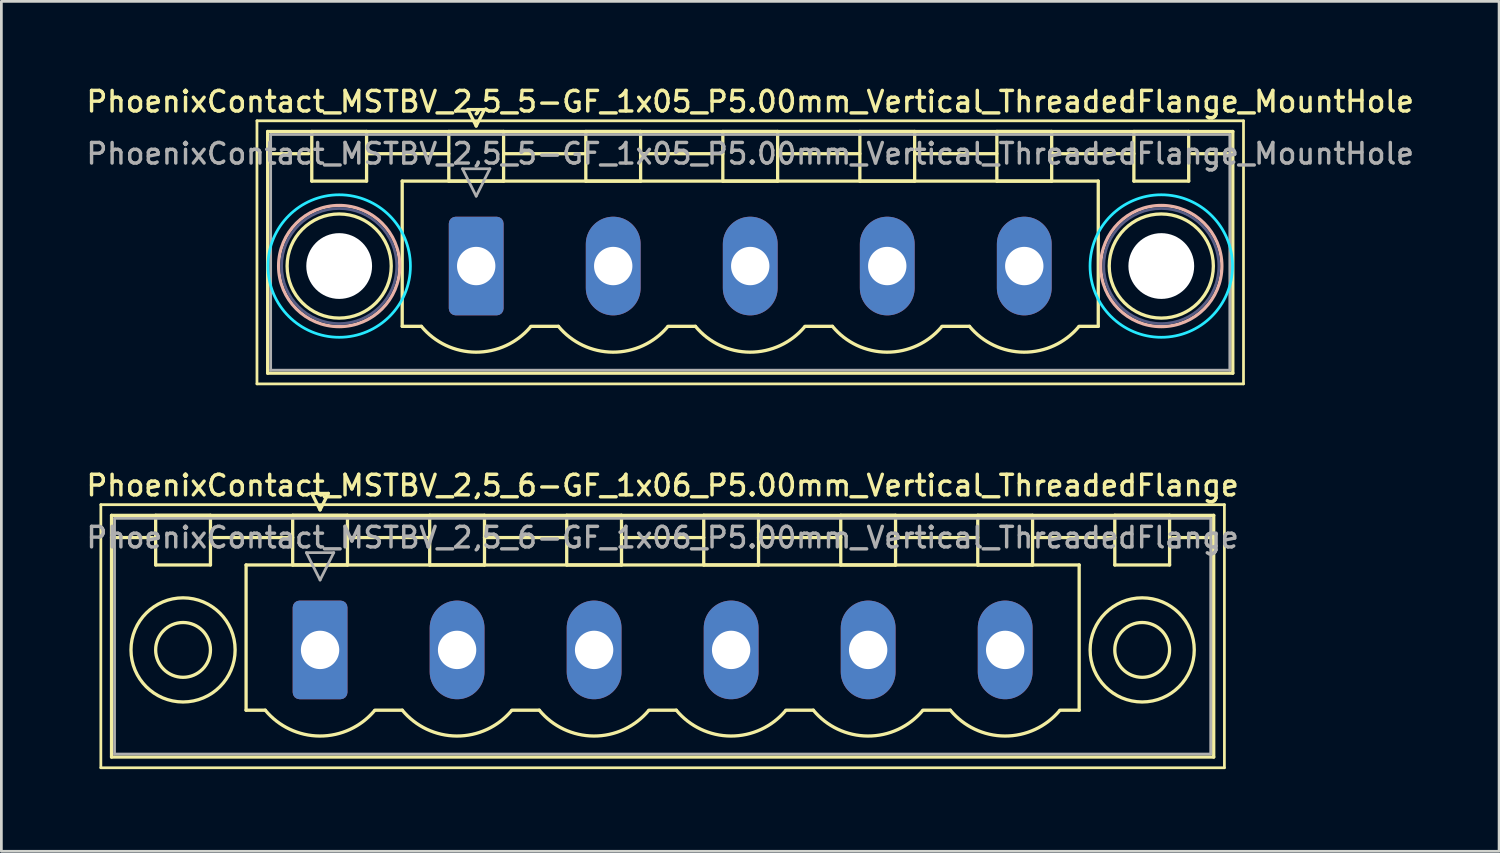
<source format=kicad_pcb>
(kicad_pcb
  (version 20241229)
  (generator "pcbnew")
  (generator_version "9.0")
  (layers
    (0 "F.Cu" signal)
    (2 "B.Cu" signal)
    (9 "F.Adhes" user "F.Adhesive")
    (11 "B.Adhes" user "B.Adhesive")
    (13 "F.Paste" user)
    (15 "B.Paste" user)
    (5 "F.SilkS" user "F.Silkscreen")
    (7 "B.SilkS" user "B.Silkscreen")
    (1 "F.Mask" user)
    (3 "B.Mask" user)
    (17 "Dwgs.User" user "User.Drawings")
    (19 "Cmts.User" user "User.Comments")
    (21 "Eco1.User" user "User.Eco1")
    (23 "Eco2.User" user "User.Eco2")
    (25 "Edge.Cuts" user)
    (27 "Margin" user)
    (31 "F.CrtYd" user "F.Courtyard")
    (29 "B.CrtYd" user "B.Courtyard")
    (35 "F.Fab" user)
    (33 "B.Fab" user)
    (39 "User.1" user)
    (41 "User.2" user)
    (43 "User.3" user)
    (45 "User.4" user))
  (footprint "PhoenixContact_MSTBV_2,5_6-GF_1x06_P5.00mm_Vertical_ThreadedFlange"
    (layer "F.Cu")
    (at 8.63 20.666)
    (property "Reference" "PhoenixContact_MSTBV_2,5_6-GF_1x06_P5.00mm_Vertical_ThreadedFlange" (at 12.5 -6 0) (layer "F.SilkS") (effects (font (size 0.75 0.75) (thickness 0.125))))
    (attr through_hole)
    (fp_line (start -8 -5.3) (end -8 4.3) (stroke (width 0.1) (type solid)) (layer "F.SilkS"))
    (fp_line (start -8 4.3) (end 33 4.3) (stroke (width 0.1) (type solid)) (layer "F.SilkS"))
    (fp_line (start -7.61 -4.91) (end -7.61 3.91) (stroke (width 0.12) (type solid)) (layer "F.SilkS"))
    (fp_line (start -7.61 -4.1) (end -6.11 -4.1) (stroke (width 0.12) (type solid)) (layer "F.SilkS"))
    (fp_line (start -7.61 3.91) (end 32.61 3.91) (stroke (width 0.12) (type solid)) (layer "F.SilkS"))
    (fp_line (start -6 -4.91) (end -4 -4.91) (stroke (width 0.12) (type solid)) (layer "F.SilkS"))
    (fp_line (start -6 -3.1) (end -6 -4.91) (stroke (width 0.12) (type solid)) (layer "F.SilkS"))
    (fp_line (start -4 -4.91) (end -4 -3.1) (stroke (width 0.12) (type solid)) (layer "F.SilkS"))
    (fp_line (start -4 -4.1) (end -1 -4.1) (stroke (width 0.12) (type solid)) (layer "F.SilkS"))
    (fp_line (start -4 -3.1) (end -6 -3.1) (stroke (width 0.12) (type solid)) (layer "F.SilkS"))
    (fp_line (start -2.7 -3.1) (end 27.7 -3.1) (stroke (width 0.12) (type solid)) (layer "F.SilkS"))
    (fp_line (start -2.7 2.2) (end -2.7 -3.1) (stroke (width 0.12) (type solid)) (layer "F.SilkS"))
    (fp_line (start -2 2.2) (end -2.7 2.2) (stroke (width 0.12) (type solid)) (layer "F.SilkS"))
    (fp_line (start -1 -4.91) (end 1 -4.91) (stroke (width 0.12) (type solid)) (layer "F.SilkS"))
    (fp_line (start -1 -3.1) (end -1 -4.91) (stroke (width 0.12) (type solid)) (layer "F.SilkS"))
    (fp_line (start -0.3 -5.71) (end 0.3 -5.71) (stroke (width 0.12) (type solid)) (layer "F.SilkS"))
    (fp_line (start 0 -5.11) (end -0.3 -5.71) (stroke (width 0.12) (type solid)) (layer "F.SilkS"))
    (fp_line (start 0.3 -5.71) (end 0 -5.11) (stroke (width 0.12) (type solid)) (layer "F.SilkS"))
    (fp_line (start 1 -4.91) (end 1 -3.1) (stroke (width 0.12) (type solid)) (layer "F.SilkS"))
    (fp_line (start 1 -4.1) (end 4 -4.1) (stroke (width 0.12) (type solid)) (layer "F.SilkS"))
    (fp_line (start 1 -3.1) (end -1 -3.1) (stroke (width 0.12) (type solid)) (layer "F.SilkS"))
    (fp_line (start 2 2.2) (end 3 2.2) (stroke (width 0.12) (type solid)) (layer "F.SilkS"))
    (fp_line (start 4 -4.91) (end 6 -4.91) (stroke (width 0.12) (type solid)) (layer "F.SilkS"))
    (fp_line (start 4 -3.1) (end 4 -4.91) (stroke (width 0.12) (type solid)) (layer "F.SilkS"))
    (fp_line (start 6 -4.91) (end 6 -3.1) (stroke (width 0.12) (type solid)) (layer "F.SilkS"))
    (fp_line (start 6 -4.1) (end 9 -4.1) (stroke (width 0.12) (type solid)) (layer "F.SilkS"))
    (fp_line (start 6 -3.1) (end 4 -3.1) (stroke (width 0.12) (type solid)) (layer "F.SilkS"))
    (fp_line (start 7 2.2) (end 8 2.2) (stroke (width 0.12) (type solid)) (layer "F.SilkS"))
    (fp_line (start 9 -4.91) (end 11 -4.91) (stroke (width 0.12) (type solid)) (layer "F.SilkS"))
    (fp_line (start 9 -3.1) (end 9 -4.91) (stroke (width 0.12) (type solid)) (layer "F.SilkS"))
    (fp_line (start 11 -4.91) (end 11 -3.1) (stroke (width 0.12) (type solid)) (layer "F.SilkS"))
    (fp_line (start 11 -4.1) (end 14 -4.1) (stroke (width 0.12) (type solid)) (layer "F.SilkS"))
    (fp_line (start 11 -3.1) (end 9 -3.1) (stroke (width 0.12) (type solid)) (layer "F.SilkS"))
    (fp_line (start 12 2.2) (end 13 2.2) (stroke (width 0.12) (type solid)) (layer "F.SilkS"))
    (fp_line (start 14 -4.91) (end 16 -4.91) (stroke (width 0.12) (type solid)) (layer "F.SilkS"))
    (fp_line (start 14 -3.1) (end 14 -4.91) (stroke (width 0.12) (type solid)) (layer "F.SilkS"))
    (fp_line (start 16 -4.91) (end 16 -3.1) (stroke (width 0.12) (type solid)) (layer "F.SilkS"))
    (fp_line (start 16 -4.1) (end 19 -4.1) (stroke (width 0.12) (type solid)) (layer "F.SilkS"))
    (fp_line (start 16 -3.1) (end 14 -3.1) (stroke (width 0.12) (type solid)) (layer "F.SilkS"))
    (fp_line (start 17 2.2) (end 18 2.2) (stroke (width 0.12) (type solid)) (layer "F.SilkS"))
    (fp_line (start 19 -4.91) (end 21 -4.91) (stroke (width 0.12) (type solid)) (layer "F.SilkS"))
    (fp_line (start 19 -3.1) (end 19 -4.91) (stroke (width 0.12) (type solid)) (layer "F.SilkS"))
    (fp_line (start 21 -4.91) (end 21 -3.1) (stroke (width 0.12) (type solid)) (layer "F.SilkS"))
    (fp_line (start 21 -4.1) (end 24 -4.1) (stroke (width 0.12) (type solid)) (layer "F.SilkS"))
    (fp_line (start 21 -3.1) (end 19 -3.1) (stroke (width 0.12) (type solid)) (layer "F.SilkS"))
    (fp_line (start 22 2.2) (end 23 2.2) (stroke (width 0.12) (type solid)) (layer "F.SilkS"))
    (fp_line (start 24 -4.91) (end 26 -4.91) (stroke (width 0.12) (type solid)) (layer "F.SilkS"))
    (fp_line (start 24 -3.1) (end 24 -4.91) (stroke (width 0.12) (type solid)) (layer "F.SilkS"))
    (fp_line (start 26 -4.91) (end 26 -3.1) (stroke (width 0.12) (type solid)) (layer "F.SilkS"))
    (fp_line (start 26 -4.1) (end 29 -4.1) (stroke (width 0.12) (type solid)) (layer "F.SilkS"))
    (fp_line (start 26 -3.1) (end 24 -3.1) (stroke (width 0.12) (type solid)) (layer "F.SilkS"))
    (fp_line (start 27.7 -3.1) (end 27.7 2.2) (stroke (width 0.12) (type solid)) (layer "F.SilkS"))
    (fp_line (start 27.7 2.2) (end 27 2.2) (stroke (width 0.12) (type solid)) (layer "F.SilkS"))
    (fp_line (start 29 -4.91) (end 31 -4.91) (stroke (width 0.12) (type solid)) (layer "F.SilkS"))
    (fp_line (start 29 -3.1) (end 29 -4.91) (stroke (width 0.12) (type solid)) (layer "F.SilkS"))
    (fp_line (start 31 -4.91) (end 31 -3.1) (stroke (width 0.12) (type solid)) (layer "F.SilkS"))
    (fp_line (start 31 -3.1) (end 29 -3.1) (stroke (width 0.12) (type solid)) (layer "F.SilkS"))
    (fp_line (start 32.61 -4.91) (end -7.61 -4.91) (stroke (width 0.12) (type solid)) (layer "F.SilkS"))
    (fp_line (start 32.61 -4.1) (end 31.11 -4.1) (stroke (width 0.12) (type solid)) (layer "F.SilkS"))
    (fp_line (start 32.61 3.91) (end 32.61 -4.91) (stroke (width 0.12) (type solid)) (layer "F.SilkS"))
    (fp_line (start 33 -5.3) (end -8 -5.3) (stroke (width 0.1) (type solid)) (layer "F.SilkS"))
    (fp_line (start 33 4.3) (end 33 -5.3) (stroke (width 0.1) (type solid)) (layer "F.SilkS"))
    (fp_arc (start 1.986842 2.215821) (mid -0.010289 3.142758) (end -2 2.2) (stroke (width 0.12) (type solid)) (layer "F.SilkS"))
    (fp_arc (start 6.986842 2.215821) (mid 4.989711 3.142758) (end 3 2.2) (stroke (width 0.12) (type solid)) (layer "F.SilkS"))
    (fp_arc (start 11.986842 2.215821) (mid 9.989711 3.142758) (end 8 2.2) (stroke (width 0.12) (type solid)) (layer "F.SilkS"))
    (fp_arc (start 16.986842 2.215821) (mid 14.989711 3.142758) (end 13 2.2) (stroke (width 0.12) (type solid)) (layer "F.SilkS"))
    (fp_arc (start 21.986842 2.215821) (mid 19.989711 3.142758) (end 18 2.2) (stroke (width 0.12) (type solid)) (layer "F.SilkS"))
    (fp_arc (start 26.986842 2.215821) (mid 24.989711 3.142758) (end 23 2.2) (stroke (width 0.12) (type solid)) (layer "F.SilkS"))
    (fp_circle (center -5 0) (end -4 0) (stroke (width 0.12) (type solid)) (fill no) (layer "F.SilkS"))
    (fp_circle (center -5 0) (end -3.1 0) (stroke (width 0.12) (type solid)) (fill no) (layer "F.SilkS"))
    (fp_circle (center 30 0) (end 31 0) (stroke (width 0.12) (type solid)) (fill no) (layer "F.SilkS"))
    (fp_circle (center 30 0) (end 31.9 0) (stroke (width 0.12) (type solid)) (fill no) (layer "F.SilkS"))
    (fp_line (start -7.5 -4.8) (end -7.5 3.8) (stroke (width 0.1) (type solid)) (layer "F.Fab"))
    (fp_line (start -7.5 3.8) (end 32.5 3.8) (stroke (width 0.1) (type solid)) (layer "F.Fab"))
    (fp_line (start -0.5 -3.55) (end 0.5 -3.55) (stroke (width 0.1) (type solid)) (layer "F.Fab"))
    (fp_line (start 0 -2.55) (end -0.5 -3.55) (stroke (width 0.1) (type solid)) (layer "F.Fab"))
    (fp_line (start 0.5 -3.55) (end 0 -2.55) (stroke (width 0.1) (type solid)) (layer "F.Fab"))
    (fp_line (start 32.5 -4.8) (end -7.5 -4.8) (stroke (width 0.1) (type solid)) (layer "F.Fab"))
    (fp_line (start 32.5 3.8) (end 32.5 -4.8) (stroke (width 0.1) (type solid)) (layer "F.Fab"))
    (fp_text user "${REFERENCE}" (at 12.5 -4.1 0) (layer "F.Fab") (effects (font (size 0.75 0.75) (thickness 0.125))))
    (pad "1" thru_hole roundrect (at 0 0) (size 2 3.6) (drill 1.4) (layers "*.Cu" "*.Mask") (roundrect_rratio 0.125))
    (pad "2" thru_hole oval (at 5 0) (size 2 3.6) (drill 1.4) (layers "*.Cu" "*.Mask"))
    (pad "3" thru_hole oval (at 10 0) (size 2 3.6) (drill 1.4) (layers "*.Cu" "*.Mask"))
    (pad "4" thru_hole oval (at 15 0) (size 2 3.6) (drill 1.4) (layers "*.Cu" "*.Mask"))
    (pad "5" thru_hole oval (at 20 0) (size 2 3.6) (drill 1.4) (layers "*.Cu" "*.Mask"))
    (pad "6" thru_hole oval (at 25 0) (size 2 3.6) (drill 1.4) (layers "*.Cu" "*.Mask")))
  (footprint "PhoenixContact_MSTBV_2,5_5-GF_1x05_P5.00mm_Vertical_ThreadedFlange_MountHole"
    (layer "F.Cu")
    (at 14.327 6.658)
    (property "Reference" "PhoenixContact_MSTBV_2,5_5-GF_1x05_P5.00mm_Vertical_ThreadedFlange_MountHole" (at 10 -6 0) (layer "F.SilkS") (effects (font (size 0.75 0.75) (thickness 0.125))))
    (attr through_hole)
    (fp_line (start -8 -5.3) (end -8 4.3) (stroke (width 0.1) (type solid)) (layer "F.SilkS"))
    (fp_line (start -8 4.3) (end 28 4.3) (stroke (width 0.1) (type solid)) (layer "F.SilkS"))
    (fp_line (start -7.61 -4.91) (end -7.61 3.91) (stroke (width 0.12) (type solid)) (layer "F.SilkS"))
    (fp_line (start -7.61 -4.1) (end -6.11 -4.1) (stroke (width 0.12) (type solid)) (layer "F.SilkS"))
    (fp_line (start -7.61 3.91) (end 27.61 3.91) (stroke (width 0.12) (type solid)) (layer "F.SilkS"))
    (fp_line (start -6 -4.91) (end -4 -4.91) (stroke (width 0.12) (type solid)) (layer "F.SilkS"))
    (fp_line (start -6 -3.1) (end -6 -4.91) (stroke (width 0.12) (type solid)) (layer "F.SilkS"))
    (fp_line (start -4 -4.91) (end -4 -3.1) (stroke (width 0.12) (type solid)) (layer "F.SilkS"))
    (fp_line (start -4 -4.1) (end -1 -4.1) (stroke (width 0.12) (type solid)) (layer "F.SilkS"))
    (fp_line (start -4 -3.1) (end -6 -3.1) (stroke (width 0.12) (type solid)) (layer "F.SilkS"))
    (fp_line (start -2.7 -3.1) (end 22.7 -3.1) (stroke (width 0.12) (type solid)) (layer "F.SilkS"))
    (fp_line (start -2.7 2.2) (end -2.7 -3.1) (stroke (width 0.12) (type solid)) (layer "F.SilkS"))
    (fp_line (start -2 2.2) (end -2.7 2.2) (stroke (width 0.12) (type solid)) (layer "F.SilkS"))
    (fp_line (start -1 -4.91) (end 1 -4.91) (stroke (width 0.12) (type solid)) (layer "F.SilkS"))
    (fp_line (start -1 -3.1) (end -1 -4.91) (stroke (width 0.12) (type solid)) (layer "F.SilkS"))
    (fp_line (start -0.3 -5.71) (end 0.3 -5.71) (stroke (width 0.12) (type solid)) (layer "F.SilkS"))
    (fp_line (start 0 -5.11) (end -0.3 -5.71) (stroke (width 0.12) (type solid)) (layer "F.SilkS"))
    (fp_line (start 0.3 -5.71) (end 0 -5.11) (stroke (width 0.12) (type solid)) (layer "F.SilkS"))
    (fp_line (start 1 -4.91) (end 1 -3.1) (stroke (width 0.12) (type solid)) (layer "F.SilkS"))
    (fp_line (start 1 -4.1) (end 4 -4.1) (stroke (width 0.12) (type solid)) (layer "F.SilkS"))
    (fp_line (start 1 -3.1) (end -1 -3.1) (stroke (width 0.12) (type solid)) (layer "F.SilkS"))
    (fp_line (start 2 2.2) (end 3 2.2) (stroke (width 0.12) (type solid)) (layer "F.SilkS"))
    (fp_line (start 4 -4.91) (end 6 -4.91) (stroke (width 0.12) (type solid)) (layer "F.SilkS"))
    (fp_line (start 4 -3.1) (end 4 -4.91) (stroke (width 0.12) (type solid)) (layer "F.SilkS"))
    (fp_line (start 6 -4.91) (end 6 -3.1) (stroke (width 0.12) (type solid)) (layer "F.SilkS"))
    (fp_line (start 6 -4.1) (end 9 -4.1) (stroke (width 0.12) (type solid)) (layer "F.SilkS"))
    (fp_line (start 6 -3.1) (end 4 -3.1) (stroke (width 0.12) (type solid)) (layer "F.SilkS"))
    (fp_line (start 7 2.2) (end 8 2.2) (stroke (width 0.12) (type solid)) (layer "F.SilkS"))
    (fp_line (start 9 -4.91) (end 11 -4.91) (stroke (width 0.12) (type solid)) (layer "F.SilkS"))
    (fp_line (start 9 -3.1) (end 9 -4.91) (stroke (width 0.12) (type solid)) (layer "F.SilkS"))
    (fp_line (start 11 -4.91) (end 11 -3.1) (stroke (width 0.12) (type solid)) (layer "F.SilkS"))
    (fp_line (start 11 -4.1) (end 14 -4.1) (stroke (width 0.12) (type solid)) (layer "F.SilkS"))
    (fp_line (start 11 -3.1) (end 9 -3.1) (stroke (width 0.12) (type solid)) (layer "F.SilkS"))
    (fp_line (start 12 2.2) (end 13 2.2) (stroke (width 0.12) (type solid)) (layer "F.SilkS"))
    (fp_line (start 14 -4.91) (end 16 -4.91) (stroke (width 0.12) (type solid)) (layer "F.SilkS"))
    (fp_line (start 14 -3.1) (end 14 -4.91) (stroke (width 0.12) (type solid)) (layer "F.SilkS"))
    (fp_line (start 16 -4.91) (end 16 -3.1) (stroke (width 0.12) (type solid)) (layer "F.SilkS"))
    (fp_line (start 16 -4.1) (end 19 -4.1) (stroke (width 0.12) (type solid)) (layer "F.SilkS"))
    (fp_line (start 16 -3.1) (end 14 -3.1) (stroke (width 0.12) (type solid)) (layer "F.SilkS"))
    (fp_line (start 17 2.2) (end 18 2.2) (stroke (width 0.12) (type solid)) (layer "F.SilkS"))
    (fp_line (start 19 -4.91) (end 21 -4.91) (stroke (width 0.12) (type solid)) (layer "F.SilkS"))
    (fp_line (start 19 -3.1) (end 19 -4.91) (stroke (width 0.12) (type solid)) (layer "F.SilkS"))
    (fp_line (start 21 -4.91) (end 21 -3.1) (stroke (width 0.12) (type solid)) (layer "F.SilkS"))
    (fp_line (start 21 -4.1) (end 24 -4.1) (stroke (width 0.12) (type solid)) (layer "F.SilkS"))
    (fp_line (start 21 -3.1) (end 19 -3.1) (stroke (width 0.12) (type solid)) (layer "F.SilkS"))
    (fp_line (start 22.7 -3.1) (end 22.7 2.2) (stroke (width 0.12) (type solid)) (layer "F.SilkS"))
    (fp_line (start 22.7 2.2) (end 22 2.2) (stroke (width 0.12) (type solid)) (layer "F.SilkS"))
    (fp_line (start 24 -4.91) (end 26 -4.91) (stroke (width 0.12) (type solid)) (layer "F.SilkS"))
    (fp_line (start 24 -3.1) (end 24 -4.91) (stroke (width 0.12) (type solid)) (layer "F.SilkS"))
    (fp_line (start 26 -4.91) (end 26 -3.1) (stroke (width 0.12) (type solid)) (layer "F.SilkS"))
    (fp_line (start 26 -3.1) (end 24 -3.1) (stroke (width 0.12) (type solid)) (layer "F.SilkS"))
    (fp_line (start 27.61 -4.91) (end -7.61 -4.91) (stroke (width 0.12) (type solid)) (layer "F.SilkS"))
    (fp_line (start 27.61 -4.1) (end 26.11 -4.1) (stroke (width 0.12) (type solid)) (layer "F.SilkS"))
    (fp_line (start 27.61 3.91) (end 27.61 -4.91) (stroke (width 0.12) (type solid)) (layer "F.SilkS"))
    (fp_line (start 28 -5.3) (end -8 -5.3) (stroke (width 0.1) (type solid)) (layer "F.SilkS"))
    (fp_line (start 28 4.3) (end 28 -5.3) (stroke (width 0.1) (type solid)) (layer "F.SilkS"))
    (fp_arc (start 1.986842 2.215821) (mid -0.010289 3.142758) (end -2 2.2) (stroke (width 0.12) (type solid)) (layer "F.SilkS"))
    (fp_arc (start 6.986842 2.215821) (mid 4.989711 3.142758) (end 3 2.2) (stroke (width 0.12) (type solid)) (layer "F.SilkS"))
    (fp_arc (start 11.986842 2.215821) (mid 9.989711 3.142758) (end 8 2.2) (stroke (width 0.12) (type solid)) (layer "F.SilkS"))
    (fp_arc (start 16.986842 2.215821) (mid 14.989711 3.142758) (end 13 2.2) (stroke (width 0.12) (type solid)) (layer "F.SilkS"))
    (fp_arc (start 21.986842 2.215821) (mid 19.989711 3.142758) (end 18 2.2) (stroke (width 0.12) (type solid)) (layer "F.SilkS"))
    (fp_circle (center -5 0) (end -3.1 0) (stroke (width 0.12) (type solid)) (fill no) (layer "F.SilkS"))
    (fp_circle (center 25 0) (end 26.9 0) (stroke (width 0.12) (type solid)) (fill no) (layer "F.SilkS"))
    (fp_circle (center -5 0) (end -2.79 0) (stroke (width 0.12) (type solid)) (fill no) (layer "B.SilkS"))
    (fp_circle (center 25 0) (end 27.21 0) (stroke (width 0.12) (type solid)) (fill no) (layer "B.SilkS"))
    (fp_circle (center -5 0) (end -2.4 0) (stroke (width 0.1) (type solid)) (fill no) (layer "B.CrtYd"))
    (fp_circle (center 25 0) (end 27.6 0) (stroke (width 0.1) (type solid)) (fill no) (layer "B.CrtYd"))
    (fp_circle (center -5 0) (end -2.9 0) (stroke (width 0.1) (type solid)) (fill no) (layer "B.Fab"))
    (fp_circle (center 25 0) (end 27.1 0) (stroke (width 0.1) (type solid)) (fill no) (layer "B.Fab"))
    (fp_line (start -7.5 -4.8) (end -7.5 3.8) (stroke (width 0.1) (type solid)) (layer "F.Fab"))
    (fp_line (start -7.5 3.8) (end 27.5 3.8) (stroke (width 0.1) (type solid)) (layer "F.Fab"))
    (fp_line (start -0.5 -3.55) (end 0.5 -3.55) (stroke (width 0.1) (type solid)) (layer "F.Fab"))
    (fp_line (start 0 -2.55) (end -0.5 -3.55) (stroke (width 0.1) (type solid)) (layer "F.Fab"))
    (fp_line (start 0.5 -3.55) (end 0 -2.55) (stroke (width 0.1) (type solid)) (layer "F.Fab"))
    (fp_line (start 27.5 -4.8) (end -7.5 -4.8) (stroke (width 0.1) (type solid)) (layer "F.Fab"))
    (fp_line (start 27.5 3.8) (end 27.5 -4.8) (stroke (width 0.1) (type solid)) (layer "F.Fab"))
    (fp_text user "${REFERENCE}" (at 10 -4.1 0) (layer "F.Fab") (effects (font (size 0.75 0.75) (thickness 0.125))))
    (pad "" np_thru_hole circle (at -5 0) (size 2.4 2.4) (drill 2.4) (layers "*.Cu" "*.Mask"))
    (pad "" np_thru_hole circle (at 25 0) (size 2.4 2.4) (drill 2.4) (layers "*.Cu" "*.Mask"))
    (pad "1" thru_hole roundrect (at 0 0) (size 2 3.6) (drill 1.4) (layers "*.Cu" "*.Mask") (roundrect_rratio 0.125))
    (pad "2" thru_hole oval (at 5 0) (size 2 3.6) (drill 1.4) (layers "*.Cu" "*.Mask"))
    (pad "3" thru_hole oval (at 10 0) (size 2 3.6) (drill 1.4) (layers "*.Cu" "*.Mask"))
    (pad "4" thru_hole oval (at 15 0) (size 2 3.6) (drill 1.4) (layers "*.Cu" "*.Mask"))
    (pad "5" thru_hole oval (at 20 0) (size 2 3.6) (drill 1.4) (layers "*.Cu" "*.Mask")))
  (gr_rect
    (start -3 -3)
    (end 51.654 28.016)
    (stroke (width 0.1) (type default))
    (fill no)
    (layer "Edge.Cuts")))
</source>
